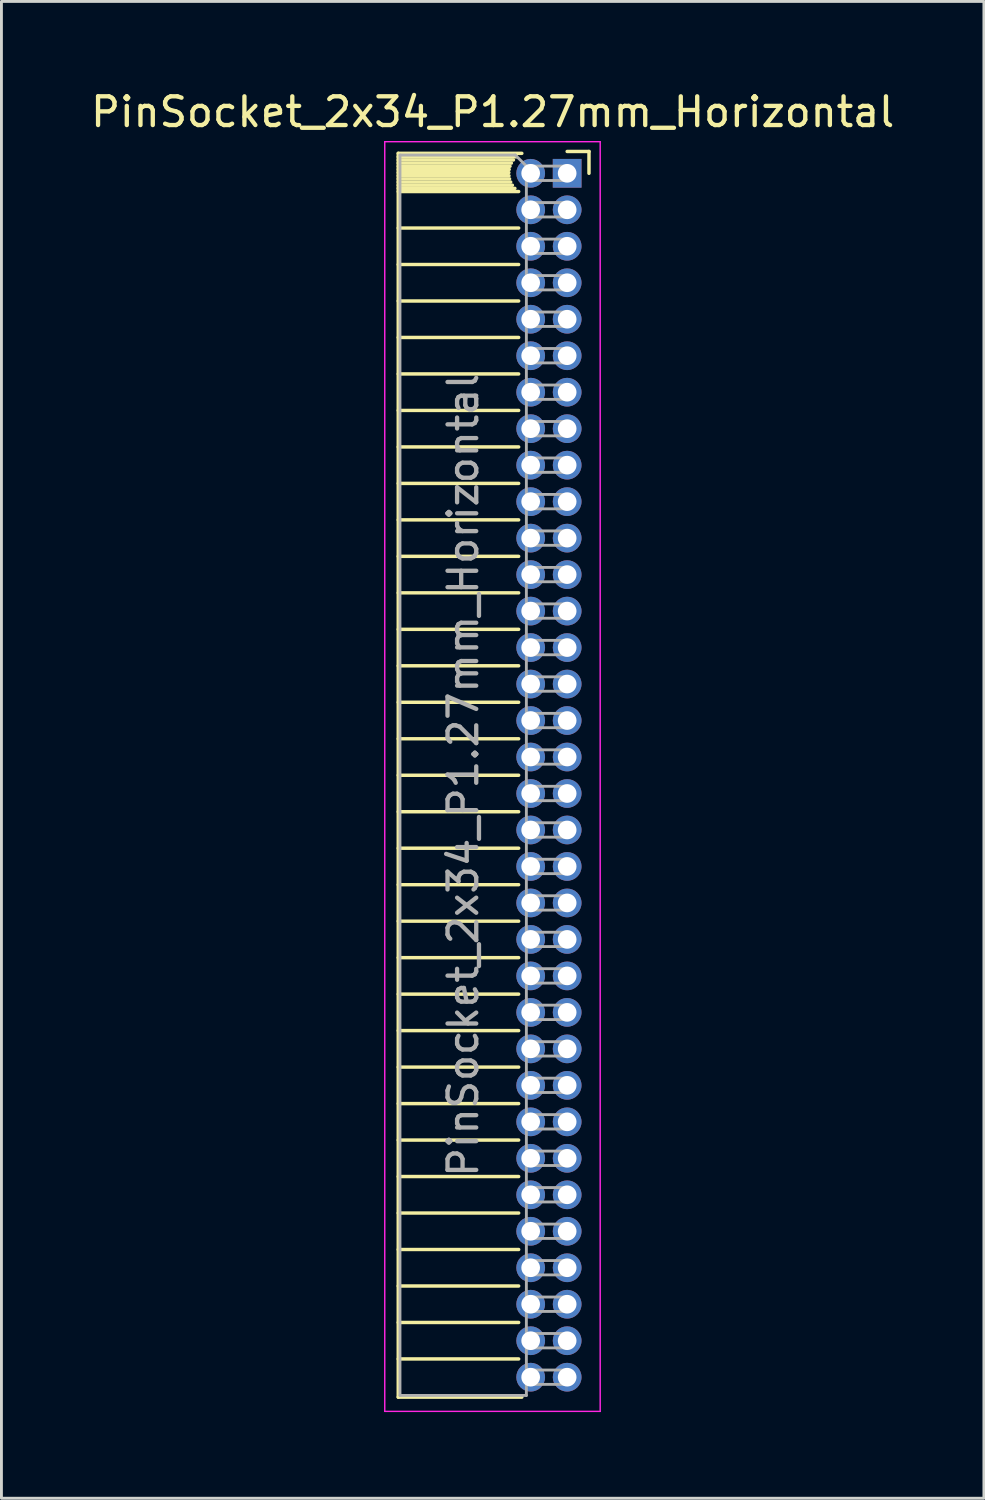
<source format=kicad_pcb>
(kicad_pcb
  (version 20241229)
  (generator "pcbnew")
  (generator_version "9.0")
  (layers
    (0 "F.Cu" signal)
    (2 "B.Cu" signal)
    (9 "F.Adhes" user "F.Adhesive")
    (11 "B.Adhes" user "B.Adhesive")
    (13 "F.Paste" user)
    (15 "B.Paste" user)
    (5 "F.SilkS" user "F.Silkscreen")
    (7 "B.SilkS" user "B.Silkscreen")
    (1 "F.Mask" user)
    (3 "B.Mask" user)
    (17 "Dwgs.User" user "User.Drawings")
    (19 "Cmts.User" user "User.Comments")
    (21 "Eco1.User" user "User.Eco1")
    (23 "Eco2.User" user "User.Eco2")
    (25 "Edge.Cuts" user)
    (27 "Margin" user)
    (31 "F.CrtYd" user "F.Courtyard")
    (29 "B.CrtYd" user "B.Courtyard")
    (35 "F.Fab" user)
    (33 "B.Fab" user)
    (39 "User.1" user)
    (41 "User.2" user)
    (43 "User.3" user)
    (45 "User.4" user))
  (footprint "PinSocket_2x34_P1.27mm_Horizontal"
    (layer "F.Cu")
    (at 16.694 2.983)
    (property "Reference" "PinSocket_2x34_P1.27mm_Horizontal" (at -2.592 -2.135 0) (layer "F.SilkS") (effects (font (size 1 1) (thickness 0.15))))
    (attr through_hole)
    (fp_line (start -5.88 -0.695) (end -5.88 42.605) (stroke (width 0.12) (type solid)) (layer "F.SilkS"))
    (fp_line (start -5.88 -0.695) (end -1.578 -0.695) (stroke (width 0.12) (type solid)) (layer "F.SilkS"))
    (fp_line (start -5.88 -0.575) (end -1.767 -0.575) (stroke (width 0.12) (type solid)) (layer "F.SilkS"))
    (fp_line (start -5.88 -0.465) (end -1.871 -0.465) (stroke (width 0.12) (type solid)) (layer "F.SilkS"))
    (fp_line (start -5.88 -0.355) (end -1.942 -0.355) (stroke (width 0.12) (type solid)) (layer "F.SilkS"))
    (fp_line (start -5.88 -0.245) (end -1.989 -0.245) (stroke (width 0.12) (type solid)) (layer "F.SilkS"))
    (fp_line (start -5.88 -0.135) (end -2.018 -0.135) (stroke (width 0.12) (type solid)) (layer "F.SilkS"))
    (fp_line (start -5.88 -0.025) (end -2.03 -0.025) (stroke (width 0.12) (type solid)) (layer "F.SilkS"))
    (fp_line (start -5.88 0.085) (end -2.025 0.085) (stroke (width 0.12) (type solid)) (layer "F.SilkS"))
    (fp_line (start -5.88 0.195) (end -2.005 0.195) (stroke (width 0.12) (type solid)) (layer "F.SilkS"))
    (fp_line (start -5.88 0.305) (end -1.966 0.305) (stroke (width 0.12) (type solid)) (layer "F.SilkS"))
    (fp_line (start -5.88 0.415) (end -1.907 0.415) (stroke (width 0.12) (type solid)) (layer "F.SilkS"))
    (fp_line (start -5.88 0.525) (end -1.82 0.525) (stroke (width 0.12) (type solid)) (layer "F.SilkS"))
    (fp_line (start -5.88 0.635) (end -1.688 0.635) (stroke (width 0.12) (type solid)) (layer "F.SilkS"))
    (fp_line (start -5.88 1.905) (end -1.688 1.905) (stroke (width 0.12) (type solid)) (layer "F.SilkS"))
    (fp_line (start -5.88 3.175) (end -1.688 3.175) (stroke (width 0.12) (type solid)) (layer "F.SilkS"))
    (fp_line (start -5.88 4.445) (end -1.688 4.445) (stroke (width 0.12) (type solid)) (layer "F.SilkS"))
    (fp_line (start -5.88 5.715) (end -1.688 5.715) (stroke (width 0.12) (type solid)) (layer "F.SilkS"))
    (fp_line (start -5.88 6.985) (end -1.688 6.985) (stroke (width 0.12) (type solid)) (layer "F.SilkS"))
    (fp_line (start -5.88 8.255) (end -1.688 8.255) (stroke (width 0.12) (type solid)) (layer "F.SilkS"))
    (fp_line (start -5.88 9.525) (end -1.688 9.525) (stroke (width 0.12) (type solid)) (layer "F.SilkS"))
    (fp_line (start -5.88 10.795) (end -1.688 10.795) (stroke (width 0.12) (type solid)) (layer "F.SilkS"))
    (fp_line (start -5.88 12.065) (end -1.688 12.065) (stroke (width 0.12) (type solid)) (layer "F.SilkS"))
    (fp_line (start -5.88 13.335) (end -1.688 13.335) (stroke (width 0.12) (type solid)) (layer "F.SilkS"))
    (fp_line (start -5.88 14.605) (end -1.688 14.605) (stroke (width 0.12) (type solid)) (layer "F.SilkS"))
    (fp_line (start -5.88 15.875) (end -1.688 15.875) (stroke (width 0.12) (type solid)) (layer "F.SilkS"))
    (fp_line (start -5.88 17.145) (end -1.688 17.145) (stroke (width 0.12) (type solid)) (layer "F.SilkS"))
    (fp_line (start -5.88 18.415) (end -1.688 18.415) (stroke (width 0.12) (type solid)) (layer "F.SilkS"))
    (fp_line (start -5.88 19.685) (end -1.688 19.685) (stroke (width 0.12) (type solid)) (layer "F.SilkS"))
    (fp_line (start -5.88 20.955) (end -1.688 20.955) (stroke (width 0.12) (type solid)) (layer "F.SilkS"))
    (fp_line (start -5.88 22.225) (end -1.688 22.225) (stroke (width 0.12) (type solid)) (layer "F.SilkS"))
    (fp_line (start -5.88 23.495) (end -1.688 23.495) (stroke (width 0.12) (type solid)) (layer "F.SilkS"))
    (fp_line (start -5.88 24.765) (end -1.688 24.765) (stroke (width 0.12) (type solid)) (layer "F.SilkS"))
    (fp_line (start -5.88 26.035) (end -1.688 26.035) (stroke (width 0.12) (type solid)) (layer "F.SilkS"))
    (fp_line (start -5.88 27.305) (end -1.688 27.305) (stroke (width 0.12) (type solid)) (layer "F.SilkS"))
    (fp_line (start -5.88 28.575) (end -1.688 28.575) (stroke (width 0.12) (type solid)) (layer "F.SilkS"))
    (fp_line (start -5.88 29.845) (end -1.688 29.845) (stroke (width 0.12) (type solid)) (layer "F.SilkS"))
    (fp_line (start -5.88 31.115) (end -1.688 31.115) (stroke (width 0.12) (type solid)) (layer "F.SilkS"))
    (fp_line (start -5.88 32.385) (end -1.688 32.385) (stroke (width 0.12) (type solid)) (layer "F.SilkS"))
    (fp_line (start -5.88 33.655) (end -1.688 33.655) (stroke (width 0.12) (type solid)) (layer "F.SilkS"))
    (fp_line (start -5.88 34.925) (end -1.688 34.925) (stroke (width 0.12) (type solid)) (layer "F.SilkS"))
    (fp_line (start -5.88 36.195) (end -1.688 36.195) (stroke (width 0.12) (type solid)) (layer "F.SilkS"))
    (fp_line (start -5.88 37.465) (end -1.688 37.465) (stroke (width 0.12) (type solid)) (layer "F.SilkS"))
    (fp_line (start -5.88 38.735) (end -1.688 38.735) (stroke (width 0.12) (type solid)) (layer "F.SilkS"))
    (fp_line (start -5.88 40.005) (end -1.688 40.005) (stroke (width 0.12) (type solid)) (layer "F.SilkS"))
    (fp_line (start -5.88 41.275) (end -1.688 41.275) (stroke (width 0.12) (type solid)) (layer "F.SilkS"))
    (fp_line (start -5.88 42.605) (end -1.578 42.605) (stroke (width 0.12) (type solid)) (layer "F.SilkS"))
    (fp_line (start 0 -0.76) (end 0.76 -0.76) (stroke (width 0.12) (type solid)) (layer "F.SilkS"))
    (fp_line (start 0.76 -0.76) (end 0.76 0) (stroke (width 0.12) (type solid)) (layer "F.SilkS"))
    (fp_line (start -6.35 -1.1) (end -6.35 43.1) (stroke (width 0.05) (type solid)) (layer "F.CrtYd"))
    (fp_line (start -6.35 43.1) (end 1.15 43.1) (stroke (width 0.05) (type solid)) (layer "F.CrtYd"))
    (fp_line (start 1.15 -1.1) (end -6.35 -1.1) (stroke (width 0.05) (type solid)) (layer "F.CrtYd"))
    (fp_line (start 1.15 43.1) (end 1.15 -1.1) (stroke (width 0.05) (type solid)) (layer "F.CrtYd"))
    (fp_line (start -5.82 -0.635) (end -1.805 -0.635) (stroke (width 0.1) (type solid)) (layer "F.Fab"))
    (fp_line (start -5.82 42.545) (end -5.82 -0.635) (stroke (width 0.1) (type solid)) (layer "F.Fab"))
    (fp_line (start -1.805 -0.635) (end -1.42 -0.25) (stroke (width 0.1) (type solid)) (layer "F.Fab"))
    (fp_line (start -1.42 -0.25) (end -1.42 42.545) (stroke (width 0.1) (type solid)) (layer "F.Fab"))
    (fp_line (start -1.42 0.25) (end 0 0.25) (stroke (width 0.1) (type solid)) (layer "F.Fab"))
    (fp_line (start -1.42 1.52) (end 0 1.52) (stroke (width 0.1) (type solid)) (layer "F.Fab"))
    (fp_line (start -1.42 2.79) (end 0 2.79) (stroke (width 0.1) (type solid)) (layer "F.Fab"))
    (fp_line (start -1.42 4.06) (end 0 4.06) (stroke (width 0.1) (type solid)) (layer "F.Fab"))
    (fp_line (start -1.42 5.33) (end 0 5.33) (stroke (width 0.1) (type solid)) (layer "F.Fab"))
    (fp_line (start -1.42 6.6) (end 0 6.6) (stroke (width 0.1) (type solid)) (layer "F.Fab"))
    (fp_line (start -1.42 7.87) (end 0 7.87) (stroke (width 0.1) (type solid)) (layer "F.Fab"))
    (fp_line (start -1.42 9.14) (end 0 9.14) (stroke (width 0.1) (type solid)) (layer "F.Fab"))
    (fp_line (start -1.42 10.41) (end 0 10.41) (stroke (width 0.1) (type solid)) (layer "F.Fab"))
    (fp_line (start -1.42 11.68) (end 0 11.68) (stroke (width 0.1) (type solid)) (layer "F.Fab"))
    (fp_line (start -1.42 12.95) (end 0 12.95) (stroke (width 0.1) (type solid)) (layer "F.Fab"))
    (fp_line (start -1.42 14.22) (end 0 14.22) (stroke (width 0.1) (type solid)) (layer "F.Fab"))
    (fp_line (start -1.42 15.49) (end 0 15.49) (stroke (width 0.1) (type solid)) (layer "F.Fab"))
    (fp_line (start -1.42 16.76) (end 0 16.76) (stroke (width 0.1) (type solid)) (layer "F.Fab"))
    (fp_line (start -1.42 18.03) (end 0 18.03) (stroke (width 0.1) (type solid)) (layer "F.Fab"))
    (fp_line (start -1.42 19.3) (end 0 19.3) (stroke (width 0.1) (type solid)) (layer "F.Fab"))
    (fp_line (start -1.42 20.57) (end 0 20.57) (stroke (width 0.1) (type solid)) (layer "F.Fab"))
    (fp_line (start -1.42 21.84) (end 0 21.84) (stroke (width 0.1) (type solid)) (layer "F.Fab"))
    (fp_line (start -1.42 23.11) (end 0 23.11) (stroke (width 0.1) (type solid)) (layer "F.Fab"))
    (fp_line (start -1.42 24.38) (end 0 24.38) (stroke (width 0.1) (type solid)) (layer "F.Fab"))
    (fp_line (start -1.42 25.65) (end 0 25.65) (stroke (width 0.1) (type solid)) (layer "F.Fab"))
    (fp_line (start -1.42 26.92) (end 0 26.92) (stroke (width 0.1) (type solid)) (layer "F.Fab"))
    (fp_line (start -1.42 28.19) (end 0 28.19) (stroke (width 0.1) (type solid)) (layer "F.Fab"))
    (fp_line (start -1.42 29.46) (end 0 29.46) (stroke (width 0.1) (type solid)) (layer "F.Fab"))
    (fp_line (start -1.42 30.73) (end 0 30.73) (stroke (width 0.1) (type solid)) (layer "F.Fab"))
    (fp_line (start -1.42 32) (end 0 32) (stroke (width 0.1) (type solid)) (layer "F.Fab"))
    (fp_line (start -1.42 33.27) (end 0 33.27) (stroke (width 0.1) (type solid)) (layer "F.Fab"))
    (fp_line (start -1.42 34.54) (end 0 34.54) (stroke (width 0.1) (type solid)) (layer "F.Fab"))
    (fp_line (start -1.42 35.81) (end 0 35.81) (stroke (width 0.1) (type solid)) (layer "F.Fab"))
    (fp_line (start -1.42 37.08) (end 0 37.08) (stroke (width 0.1) (type solid)) (layer "F.Fab"))
    (fp_line (start -1.42 38.35) (end 0 38.35) (stroke (width 0.1) (type solid)) (layer "F.Fab"))
    (fp_line (start -1.42 39.62) (end 0 39.62) (stroke (width 0.1) (type solid)) (layer "F.Fab"))
    (fp_line (start -1.42 40.89) (end 0 40.89) (stroke (width 0.1) (type solid)) (layer "F.Fab"))
    (fp_line (start -1.42 42.16) (end 0 42.16) (stroke (width 0.1) (type solid)) (layer "F.Fab"))
    (fp_line (start -1.42 42.545) (end -5.82 42.545) (stroke (width 0.1) (type solid)) (layer "F.Fab"))
    (fp_line (start 0 -0.25) (end -1.42 -0.25) (stroke (width 0.1) (type solid)) (layer "F.Fab"))
    (fp_line (start 0 0.25) (end 0 -0.25) (stroke (width 0.1) (type solid)) (layer "F.Fab"))
    (fp_line (start 0 1.02) (end -1.42 1.02) (stroke (width 0.1) (type solid)) (layer "F.Fab"))
    (fp_line (start 0 1.52) (end 0 1.02) (stroke (width 0.1) (type solid)) (layer "F.Fab"))
    (fp_line (start 0 2.29) (end -1.42 2.29) (stroke (width 0.1) (type solid)) (layer "F.Fab"))
    (fp_line (start 0 2.79) (end 0 2.29) (stroke (width 0.1) (type solid)) (layer "F.Fab"))
    (fp_line (start 0 3.56) (end -1.42 3.56) (stroke (width 0.1) (type solid)) (layer "F.Fab"))
    (fp_line (start 0 4.06) (end 0 3.56) (stroke (width 0.1) (type solid)) (layer "F.Fab"))
    (fp_line (start 0 4.83) (end -1.42 4.83) (stroke (width 0.1) (type solid)) (layer "F.Fab"))
    (fp_line (start 0 5.33) (end 0 4.83) (stroke (width 0.1) (type solid)) (layer "F.Fab"))
    (fp_line (start 0 6.1) (end -1.42 6.1) (stroke (width 0.1) (type solid)) (layer "F.Fab"))
    (fp_line (start 0 6.6) (end 0 6.1) (stroke (width 0.1) (type solid)) (layer "F.Fab"))
    (fp_line (start 0 7.37) (end -1.42 7.37) (stroke (width 0.1) (type solid)) (layer "F.Fab"))
    (fp_line (start 0 7.87) (end 0 7.37) (stroke (width 0.1) (type solid)) (layer "F.Fab"))
    (fp_line (start 0 8.64) (end -1.42 8.64) (stroke (width 0.1) (type solid)) (layer "F.Fab"))
    (fp_line (start 0 9.14) (end 0 8.64) (stroke (width 0.1) (type solid)) (layer "F.Fab"))
    (fp_line (start 0 9.91) (end -1.42 9.91) (stroke (width 0.1) (type solid)) (layer "F.Fab"))
    (fp_line (start 0 10.41) (end 0 9.91) (stroke (width 0.1) (type solid)) (layer "F.Fab"))
    (fp_line (start 0 11.18) (end -1.42 11.18) (stroke (width 0.1) (type solid)) (layer "F.Fab"))
    (fp_line (start 0 11.68) (end 0 11.18) (stroke (width 0.1) (type solid)) (layer "F.Fab"))
    (fp_line (start 0 12.45) (end -1.42 12.45) (stroke (width 0.1) (type solid)) (layer "F.Fab"))
    (fp_line (start 0 12.95) (end 0 12.45) (stroke (width 0.1) (type solid)) (layer "F.Fab"))
    (fp_line (start 0 13.72) (end -1.42 13.72) (stroke (width 0.1) (type solid)) (layer "F.Fab"))
    (fp_line (start 0 14.22) (end 0 13.72) (stroke (width 0.1) (type solid)) (layer "F.Fab"))
    (fp_line (start 0 14.99) (end -1.42 14.99) (stroke (width 0.1) (type solid)) (layer "F.Fab"))
    (fp_line (start 0 15.49) (end 0 14.99) (stroke (width 0.1) (type solid)) (layer "F.Fab"))
    (fp_line (start 0 16.26) (end -1.42 16.26) (stroke (width 0.1) (type solid)) (layer "F.Fab"))
    (fp_line (start 0 16.76) (end 0 16.26) (stroke (width 0.1) (type solid)) (layer "F.Fab"))
    (fp_line (start 0 17.53) (end -1.42 17.53) (stroke (width 0.1) (type solid)) (layer "F.Fab"))
    (fp_line (start 0 18.03) (end 0 17.53) (stroke (width 0.1) (type solid)) (layer "F.Fab"))
    (fp_line (start 0 18.8) (end -1.42 18.8) (stroke (width 0.1) (type solid)) (layer "F.Fab"))
    (fp_line (start 0 19.3) (end 0 18.8) (stroke (width 0.1) (type solid)) (layer "F.Fab"))
    (fp_line (start 0 20.07) (end -1.42 20.07) (stroke (width 0.1) (type solid)) (layer "F.Fab"))
    (fp_line (start 0 20.57) (end 0 20.07) (stroke (width 0.1) (type solid)) (layer "F.Fab"))
    (fp_line (start 0 21.34) (end -1.42 21.34) (stroke (width 0.1) (type solid)) (layer "F.Fab"))
    (fp_line (start 0 21.84) (end 0 21.34) (stroke (width 0.1) (type solid)) (layer "F.Fab"))
    (fp_line (start 0 22.61) (end -1.42 22.61) (stroke (width 0.1) (type solid)) (layer "F.Fab"))
    (fp_line (start 0 23.11) (end 0 22.61) (stroke (width 0.1) (type solid)) (layer "F.Fab"))
    (fp_line (start 0 23.88) (end -1.42 23.88) (stroke (width 0.1) (type solid)) (layer "F.Fab"))
    (fp_line (start 0 24.38) (end 0 23.88) (stroke (width 0.1) (type solid)) (layer "F.Fab"))
    (fp_line (start 0 25.15) (end -1.42 25.15) (stroke (width 0.1) (type solid)) (layer "F.Fab"))
    (fp_line (start 0 25.65) (end 0 25.15) (stroke (width 0.1) (type solid)) (layer "F.Fab"))
    (fp_line (start 0 26.42) (end -1.42 26.42) (stroke (width 0.1) (type solid)) (layer "F.Fab"))
    (fp_line (start 0 26.92) (end 0 26.42) (stroke (width 0.1) (type solid)) (layer "F.Fab"))
    (fp_line (start 0 27.69) (end -1.42 27.69) (stroke (width 0.1) (type solid)) (layer "F.Fab"))
    (fp_line (start 0 28.19) (end 0 27.69) (stroke (width 0.1) (type solid)) (layer "F.Fab"))
    (fp_line (start 0 28.96) (end -1.42 28.96) (stroke (width 0.1) (type solid)) (layer "F.Fab"))
    (fp_line (start 0 29.46) (end 0 28.96) (stroke (width 0.1) (type solid)) (layer "F.Fab"))
    (fp_line (start 0 30.23) (end -1.42 30.23) (stroke (width 0.1) (type solid)) (layer "F.Fab"))
    (fp_line (start 0 30.73) (end 0 30.23) (stroke (width 0.1) (type solid)) (layer "F.Fab"))
    (fp_line (start 0 31.5) (end -1.42 31.5) (stroke (width 0.1) (type solid)) (layer "F.Fab"))
    (fp_line (start 0 32) (end 0 31.5) (stroke (width 0.1) (type solid)) (layer "F.Fab"))
    (fp_line (start 0 32.77) (end -1.42 32.77) (stroke (width 0.1) (type solid)) (layer "F.Fab"))
    (fp_line (start 0 33.27) (end 0 32.77) (stroke (width 0.1) (type solid)) (layer "F.Fab"))
    (fp_line (start 0 34.04) (end -1.42 34.04) (stroke (width 0.1) (type solid)) (layer "F.Fab"))
    (fp_line (start 0 34.54) (end 0 34.04) (stroke (width 0.1) (type solid)) (layer "F.Fab"))
    (fp_line (start 0 35.31) (end -1.42 35.31) (stroke (width 0.1) (type solid)) (layer "F.Fab"))
    (fp_line (start 0 35.81) (end 0 35.31) (stroke (width 0.1) (type solid)) (layer "F.Fab"))
    (fp_line (start 0 36.58) (end -1.42 36.58) (stroke (width 0.1) (type solid)) (layer "F.Fab"))
    (fp_line (start 0 37.08) (end 0 36.58) (stroke (width 0.1) (type solid)) (layer "F.Fab"))
    (fp_line (start 0 37.85) (end -1.42 37.85) (stroke (width 0.1) (type solid)) (layer "F.Fab"))
    (fp_line (start 0 38.35) (end 0 37.85) (stroke (width 0.1) (type solid)) (layer "F.Fab"))
    (fp_line (start 0 39.12) (end -1.42 39.12) (stroke (width 0.1) (type solid)) (layer "F.Fab"))
    (fp_line (start 0 39.62) (end 0 39.12) (stroke (width 0.1) (type solid)) (layer "F.Fab"))
    (fp_line (start 0 40.39) (end -1.42 40.39) (stroke (width 0.1) (type solid)) (layer "F.Fab"))
    (fp_line (start 0 40.89) (end 0 40.39) (stroke (width 0.1) (type solid)) (layer "F.Fab"))
    (fp_line (start 0 41.66) (end -1.42 41.66) (stroke (width 0.1) (type solid)) (layer "F.Fab"))
    (fp_line (start 0 42.16) (end 0 41.66) (stroke (width 0.1) (type solid)) (layer "F.Fab"))
    (fp_text user "${REFERENCE}" (at -3.62 20.955 90) (layer "F.Fab") (effects (font (size 1 1) (thickness 0.15))))
    (pad "1" thru_hole rect (at 0 0) (size 1 1) (drill 0.65) (layers "*.Cu" "*.Mask"))
    (pad "2" thru_hole oval (at -1.27 0) (size 1 1) (drill 0.65) (layers "*.Cu" "*.Mask"))
    (pad "3" thru_hole oval (at 0 1.27) (size 1 1) (drill 0.65) (layers "*.Cu" "*.Mask"))
    (pad "4" thru_hole oval (at -1.27 1.27) (size 1 1) (drill 0.65) (layers "*.Cu" "*.Mask"))
    (pad "5" thru_hole oval (at 0 2.54) (size 1 1) (drill 0.65) (layers "*.Cu" "*.Mask"))
    (pad "6" thru_hole oval (at -1.27 2.54) (size 1 1) (drill 0.65) (layers "*.Cu" "*.Mask"))
    (pad "7" thru_hole oval (at 0 3.81) (size 1 1) (drill 0.65) (layers "*.Cu" "*.Mask"))
    (pad "8" thru_hole oval (at -1.27 3.81) (size 1 1) (drill 0.65) (layers "*.Cu" "*.Mask"))
    (pad "9" thru_hole oval (at 0 5.08) (size 1 1) (drill 0.65) (layers "*.Cu" "*.Mask"))
    (pad "10" thru_hole oval (at -1.27 5.08) (size 1 1) (drill 0.65) (layers "*.Cu" "*.Mask"))
    (pad "11" thru_hole oval (at 0 6.35) (size 1 1) (drill 0.65) (layers "*.Cu" "*.Mask"))
    (pad "12" thru_hole oval (at -1.27 6.35) (size 1 1) (drill 0.65) (layers "*.Cu" "*.Mask"))
    (pad "13" thru_hole oval (at 0 7.62) (size 1 1) (drill 0.65) (layers "*.Cu" "*.Mask"))
    (pad "14" thru_hole oval (at -1.27 7.62) (size 1 1) (drill 0.65) (layers "*.Cu" "*.Mask"))
    (pad "15" thru_hole oval (at 0 8.89) (size 1 1) (drill 0.65) (layers "*.Cu" "*.Mask"))
    (pad "16" thru_hole oval (at -1.27 8.89) (size 1 1) (drill 0.65) (layers "*.Cu" "*.Mask"))
    (pad "17" thru_hole oval (at 0 10.16) (size 1 1) (drill 0.65) (layers "*.Cu" "*.Mask"))
    (pad "18" thru_hole oval (at -1.27 10.16) (size 1 1) (drill 0.65) (layers "*.Cu" "*.Mask"))
    (pad "19" thru_hole oval (at 0 11.43) (size 1 1) (drill 0.65) (layers "*.Cu" "*.Mask"))
    (pad "20" thru_hole oval (at -1.27 11.43) (size 1 1) (drill 0.65) (layers "*.Cu" "*.Mask"))
    (pad "21" thru_hole oval (at 0 12.7) (size 1 1) (drill 0.65) (layers "*.Cu" "*.Mask"))
    (pad "22" thru_hole oval (at -1.27 12.7) (size 1 1) (drill 0.65) (layers "*.Cu" "*.Mask"))
    (pad "23" thru_hole oval (at 0 13.97) (size 1 1) (drill 0.65) (layers "*.Cu" "*.Mask"))
    (pad "24" thru_hole oval (at -1.27 13.97) (size 1 1) (drill 0.65) (layers "*.Cu" "*.Mask"))
    (pad "25" thru_hole oval (at 0 15.24) (size 1 1) (drill 0.65) (layers "*.Cu" "*.Mask"))
    (pad "26" thru_hole oval (at -1.27 15.24) (size 1 1) (drill 0.65) (layers "*.Cu" "*.Mask"))
    (pad "27" thru_hole oval (at 0 16.51) (size 1 1) (drill 0.65) (layers "*.Cu" "*.Mask"))
    (pad "28" thru_hole oval (at -1.27 16.51) (size 1 1) (drill 0.65) (layers "*.Cu" "*.Mask"))
    (pad "29" thru_hole oval (at 0 17.78) (size 1 1) (drill 0.65) (layers "*.Cu" "*.Mask"))
    (pad "30" thru_hole oval (at -1.27 17.78) (size 1 1) (drill 0.65) (layers "*.Cu" "*.Mask"))
    (pad "31" thru_hole oval (at 0 19.05) (size 1 1) (drill 0.65) (layers "*.Cu" "*.Mask"))
    (pad "32" thru_hole oval (at -1.27 19.05) (size 1 1) (drill 0.65) (layers "*.Cu" "*.Mask"))
    (pad "33" thru_hole oval (at 0 20.32) (size 1 1) (drill 0.65) (layers "*.Cu" "*.Mask"))
    (pad "34" thru_hole oval (at -1.27 20.32) (size 1 1) (drill 0.65) (layers "*.Cu" "*.Mask"))
    (pad "35" thru_hole oval (at 0 21.59) (size 1 1) (drill 0.65) (layers "*.Cu" "*.Mask"))
    (pad "36" thru_hole oval (at -1.27 21.59) (size 1 1) (drill 0.65) (layers "*.Cu" "*.Mask"))
    (pad "37" thru_hole oval (at 0 22.86) (size 1 1) (drill 0.65) (layers "*.Cu" "*.Mask"))
    (pad "38" thru_hole oval (at -1.27 22.86) (size 1 1) (drill 0.65) (layers "*.Cu" "*.Mask"))
    (pad "39" thru_hole oval (at 0 24.13) (size 1 1) (drill 0.65) (layers "*.Cu" "*.Mask"))
    (pad "40" thru_hole oval (at -1.27 24.13) (size 1 1) (drill 0.65) (layers "*.Cu" "*.Mask"))
    (pad "41" thru_hole oval (at 0 25.4) (size 1 1) (drill 0.65) (layers "*.Cu" "*.Mask"))
    (pad "42" thru_hole oval (at -1.27 25.4) (size 1 1) (drill 0.65) (layers "*.Cu" "*.Mask"))
    (pad "43" thru_hole oval (at 0 26.67) (size 1 1) (drill 0.65) (layers "*.Cu" "*.Mask"))
    (pad "44" thru_hole oval (at -1.27 26.67) (size 1 1) (drill 0.65) (layers "*.Cu" "*.Mask"))
    (pad "45" thru_hole oval (at 0 27.94) (size 1 1) (drill 0.65) (layers "*.Cu" "*.Mask"))
    (pad "46" thru_hole oval (at -1.27 27.94) (size 1 1) (drill 0.65) (layers "*.Cu" "*.Mask"))
    (pad "47" thru_hole oval (at 0 29.21) (size 1 1) (drill 0.65) (layers "*.Cu" "*.Mask"))
    (pad "48" thru_hole oval (at -1.27 29.21) (size 1 1) (drill 0.65) (layers "*.Cu" "*.Mask"))
    (pad "49" thru_hole oval (at 0 30.48) (size 1 1) (drill 0.65) (layers "*.Cu" "*.Mask"))
    (pad "50" thru_hole oval (at -1.27 30.48) (size 1 1) (drill 0.65) (layers "*.Cu" "*.Mask"))
    (pad "51" thru_hole oval (at 0 31.75) (size 1 1) (drill 0.65) (layers "*.Cu" "*.Mask"))
    (pad "52" thru_hole oval (at -1.27 31.75) (size 1 1) (drill 0.65) (layers "*.Cu" "*.Mask"))
    (pad "53" thru_hole oval (at 0 33.02) (size 1 1) (drill 0.65) (layers "*.Cu" "*.Mask"))
    (pad "54" thru_hole oval (at -1.27 33.02) (size 1 1) (drill 0.65) (layers "*.Cu" "*.Mask"))
    (pad "55" thru_hole oval (at 0 34.29) (size 1 1) (drill 0.65) (layers "*.Cu" "*.Mask"))
    (pad "56" thru_hole oval (at -1.27 34.29) (size 1 1) (drill 0.65) (layers "*.Cu" "*.Mask"))
    (pad "57" thru_hole oval (at 0 35.56) (size 1 1) (drill 0.65) (layers "*.Cu" "*.Mask"))
    (pad "58" thru_hole oval (at -1.27 35.56) (size 1 1) (drill 0.65) (layers "*.Cu" "*.Mask"))
    (pad "59" thru_hole oval (at 0 36.83) (size 1 1) (drill 0.65) (layers "*.Cu" "*.Mask"))
    (pad "60" thru_hole oval (at -1.27 36.83) (size 1 1) (drill 0.65) (layers "*.Cu" "*.Mask"))
    (pad "61" thru_hole oval (at 0 38.1) (size 1 1) (drill 0.65) (layers "*.Cu" "*.Mask"))
    (pad "62" thru_hole oval (at -1.27 38.1) (size 1 1) (drill 0.65) (layers "*.Cu" "*.Mask"))
    (pad "63" thru_hole oval (at 0 39.37) (size 1 1) (drill 0.65) (layers "*.Cu" "*.Mask"))
    (pad "64" thru_hole oval (at -1.27 39.37) (size 1 1) (drill 0.65) (layers "*.Cu" "*.Mask"))
    (pad "65" thru_hole oval (at 0 40.64) (size 1 1) (drill 0.65) (layers "*.Cu" "*.Mask"))
    (pad "66" thru_hole oval (at -1.27 40.64) (size 1 1) (drill 0.65) (layers "*.Cu" "*.Mask"))
    (pad "67" thru_hole oval (at 0 41.91) (size 1 1) (drill 0.65) (layers "*.Cu" "*.Mask"))
    (pad "68" thru_hole oval (at -1.27 41.91) (size 1 1) (drill 0.65) (layers "*.Cu" "*.Mask")))
  (gr_rect
    (start -3 -3)
    (end 31.202 49.108)
    (stroke (width 0.1) (type default))
    (fill no)
    (layer "Edge.Cuts")))
</source>
